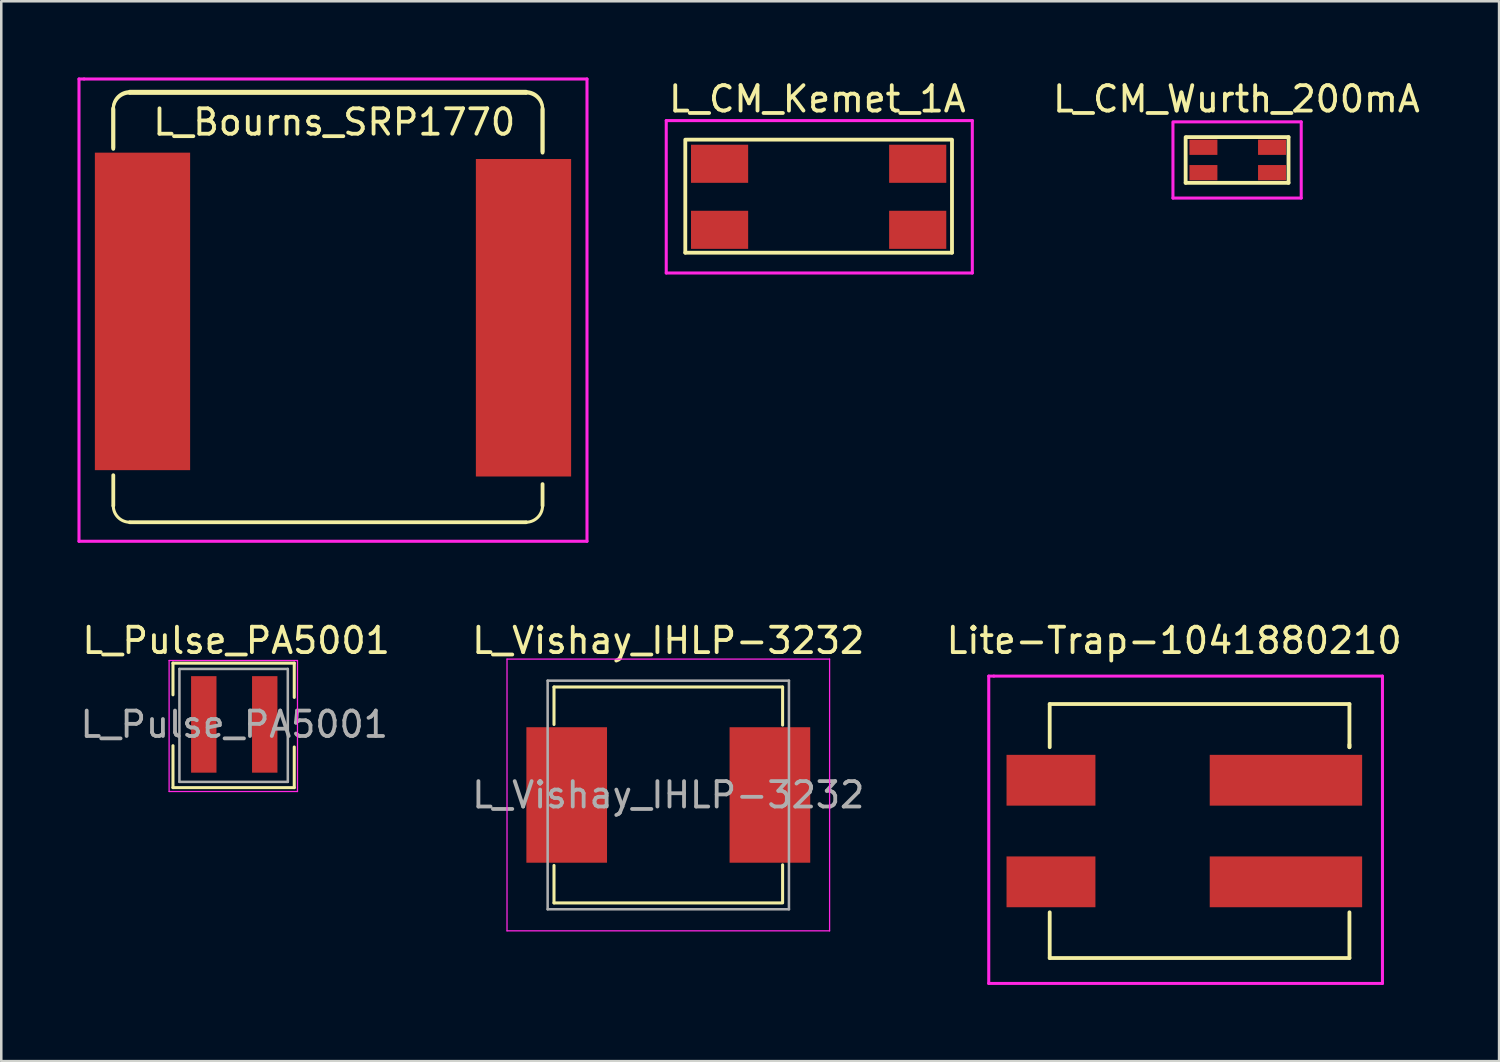
<source format=kicad_pcb>
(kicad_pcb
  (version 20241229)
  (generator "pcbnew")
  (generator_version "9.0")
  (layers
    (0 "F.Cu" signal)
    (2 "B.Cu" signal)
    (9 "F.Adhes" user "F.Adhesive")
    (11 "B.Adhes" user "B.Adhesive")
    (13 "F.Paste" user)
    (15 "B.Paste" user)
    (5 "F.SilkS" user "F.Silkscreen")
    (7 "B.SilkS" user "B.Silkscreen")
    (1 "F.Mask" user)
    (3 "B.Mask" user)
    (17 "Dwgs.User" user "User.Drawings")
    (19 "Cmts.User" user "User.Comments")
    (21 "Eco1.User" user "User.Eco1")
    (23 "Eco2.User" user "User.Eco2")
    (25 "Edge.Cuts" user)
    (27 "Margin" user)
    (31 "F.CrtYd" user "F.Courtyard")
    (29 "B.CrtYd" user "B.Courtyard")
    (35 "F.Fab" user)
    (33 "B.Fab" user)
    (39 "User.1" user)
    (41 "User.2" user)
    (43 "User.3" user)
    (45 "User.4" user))
  (footprint "L_Vishay_IHLP-3232"
    (layer "F.Cu")
    (at 23.261 28.248)
    (property "Reference" "L_Vishay_IHLP-3232" (at 0 -6.08 0) (layer "F.SilkS") (effects (font (size 1 1) (thickness 0.15))))
    (attr smd)
    (fp_line (start -4.5 -4.25) (end 4.5 -4.25) (stroke (width 0.12) (type solid)) (layer "F.SilkS"))
    (fp_line (start -4.5 -2.775) (end -4.5 -4.25) (stroke (width 0.12) (type solid)) (layer "F.SilkS"))
    (fp_line (start -4.5 2.775) (end -4.5 4.25) (stroke (width 0.12) (type solid)) (layer "F.SilkS"))
    (fp_line (start -4.5 4.25) (end 4.5 4.25) (stroke (width 0.12) (type solid)) (layer "F.SilkS"))
    (fp_line (start 4.5 -4.25) (end 4.5 -2.75) (stroke (width 0.12) (type solid)) (layer "F.SilkS"))
    (fp_line (start 4.5 4.225) (end 4.5 2.75) (stroke (width 0.12) (type solid)) (layer "F.SilkS"))
    (fp_line (start -6.35 -5.35) (end -6.35 5.35) (stroke (width 0.05) (type solid)) (layer "F.CrtYd"))
    (fp_line (start -6.35 5.35) (end 6.35 5.35) (stroke (width 0.05) (type solid)) (layer "F.CrtYd"))
    (fp_line (start 6.35 -5.35) (end -6.35 -5.35) (stroke (width 0.05) (type solid)) (layer "F.CrtYd"))
    (fp_line (start 6.35 5.35) (end 6.35 -5.35) (stroke (width 0.05) (type solid)) (layer "F.CrtYd"))
    (fp_line (start -4.75 -4.5) (end -4.75 4.5) (stroke (width 0.1) (type solid)) (layer "F.Fab"))
    (fp_line (start -4.75 4.5) (end 4.75 4.5) (stroke (width 0.1) (type solid)) (layer "F.Fab"))
    (fp_line (start 4.75 -4.5) (end -4.75 -4.5) (stroke (width 0.1) (type solid)) (layer "F.Fab"))
    (fp_line (start 4.75 4.5) (end 4.75 -4.5) (stroke (width 0.1) (type solid)) (layer "F.Fab"))
    (fp_text user "${REFERENCE}" (at 0 0 0) (layer "F.Fab") (effects (font (size 1 1) (thickness 0.15))))
    (pad "1" smd rect (at -4 0) (size 3.175 5.334) (layers "F.Cu" "F.Mask" "F.Paste"))
    (pad "2" smd rect (at 4 0) (size 3.175 5.334) (layers "F.Cu" "F.Mask" "F.Paste")))
  (footprint "L_Bourns_SRP1770"
    (layer "F.Cu")
    (at 10.06 9.46)
    (property "Reference" "L_Bourns_SRP1770" (at 0.05 -7.7 0) (layer "F.SilkS") (effects (font (size 1 1) (thickness 0.15))))
    (attr smd)
    (fp_line (start -8.65 -6.7) (end -8.65 -8.25) (stroke (width 0.15) (type solid)) (layer "F.SilkS"))
    (fp_line (start -8.65 -6.65) (end -8.65 -8.2) (stroke (width 0.15) (type solid)) (layer "F.SilkS"))
    (fp_line (start -8.65 7.4) (end -8.65 6.2) (stroke (width 0.15) (type solid)) (layer "F.SilkS"))
    (fp_line (start 7.6 -8.9) (end -8 -8.9) (stroke (width 0.15) (type solid)) (layer "F.SilkS"))
    (fp_line (start 7.6 -8.85) (end -8 -8.85) (stroke (width 0.15) (type solid)) (layer "F.SilkS"))
    (fp_line (start 7.6 8.05) (end -8 8.05) (stroke (width 0.15) (type solid)) (layer "F.SilkS"))
    (fp_line (start 8.25 -6.55) (end 8.25 -8.25) (stroke (width 0.15) (type solid)) (layer "F.SilkS"))
    (fp_line (start 8.25 -6.5) (end 8.25 -8.2) (stroke (width 0.15) (type solid)) (layer "F.SilkS"))
    (fp_line (start 8.25 7.4) (end 8.25 6.55) (stroke (width 0.15) (type solid)) (layer "F.SilkS"))
    (fp_arc (start -8.65 -8.25) (mid -8.459619 -8.709619) (end -8 -8.9) (stroke (width 0.12) (type solid)) (layer "F.SilkS"))
    (fp_arc (start -8.65 -8.2) (mid -8.459619 -8.659619) (end -8 -8.85) (stroke (width 0.12) (type solid)) (layer "F.SilkS"))
    (fp_arc (start -8 8.05) (mid -8.459619 7.859619) (end -8.65 7.4) (stroke (width 0.12) (type solid)) (layer "F.SilkS"))
    (fp_arc (start 7.6 -8.9) (mid 8.059619 -8.709619) (end 8.25 -8.25) (stroke (width 0.12) (type solid)) (layer "F.SilkS"))
    (fp_arc (start 7.6 -8.85) (mid 8.059619 -8.659619) (end 8.25 -8.2) (stroke (width 0.12) (type solid)) (layer "F.SilkS"))
    (fp_arc (start 8.25 7.4) (mid 8.059619 7.859619) (end 7.6 8.05) (stroke (width 0.12) (type solid)) (layer "F.SilkS"))
    (fp_line (start -10 -9.4) (end -9.8 -9.4) (stroke (width 0.12) (type solid)) (layer "F.CrtYd"))
    (fp_line (start -10 8.8) (end -10 -9.4) (stroke (width 0.12) (type solid)) (layer "F.CrtYd"))
    (fp_line (start -9.8 -9.4) (end 10 -9.4) (stroke (width 0.12) (type solid)) (layer "F.CrtYd"))
    (fp_line (start 10 -9.4) (end 10 8.8) (stroke (width 0.12) (type solid)) (layer "F.CrtYd"))
    (fp_line (start 10 8.8) (end -10 8.8) (stroke (width 0.12) (type solid)) (layer "F.CrtYd"))
    (pad "1" smd rect (at -7.5 -0.25) (size 3.75 12.5) (layers "F.Cu" "F.Mask" "F.Paste"))
    (pad "2" smd rect (at 7.5 0) (size 3.75 12.5) (layers "F.Cu" "F.Mask" "F.Paste")))
  (footprint "L_CM_Wurth_200mA"
    (layer "F.Cu")
    (at 45.629 3.248)
    (property "Reference" "L_CM_Wurth_200mA" (at 0 -2.4 0) (layer "F.SilkS") (effects (font (size 1 1) (thickness 0.15))))
    (attr through_hole)
    (fp_line (start -2 0.9) (end -2 -0.9) (stroke (width 0.15) (type solid)) (layer "F.SilkS"))
    (fp_line (start -1.95 -0.9) (end 2.05 -0.9) (stroke (width 0.15) (type solid)) (layer "F.SilkS"))
    (fp_line (start 2.05 -0.9) (end 2.05 0.9) (stroke (width 0.15) (type solid)) (layer "F.SilkS"))
    (fp_line (start 2.05 0.9) (end -2 0.9) (stroke (width 0.15) (type solid)) (layer "F.SilkS"))
    (fp_line (start -2.5 -1.5) (end 2.55 -1.5) (stroke (width 0.12) (type solid)) (layer "F.CrtYd"))
    (fp_line (start -2.5 1.5) (end -2.5 -1.45) (stroke (width 0.12) (type solid)) (layer "F.CrtYd"))
    (fp_line (start 2.55 -1.5) (end 2.55 1.5) (stroke (width 0.12) (type solid)) (layer "F.CrtYd"))
    (fp_line (start 2.55 1.5) (end -2.5 1.5) (stroke (width 0.12) (type solid)) (layer "F.CrtYd"))
    (pad "1" smd rect (at -1.3 0.5) (size 1.1 0.6) (layers "F.Cu" "F.Mask" "F.Paste"))
    (pad "2" smd rect (at 1.4 0.5) (size 1.1 0.6) (layers "F.Cu" "F.Mask" "F.Paste"))
    (pad "3" smd rect (at 1.4 -0.5) (size 1.1 0.6) (layers "F.Cu" "F.Mask" "F.Paste"))
    (pad "4" smd rect (at -1.3 -0.5) (size 1.1 0.6) (layers "F.Cu" "F.Mask" "F.Paste")))
  (footprint "L_CM_Kemet_1A"
    (layer "F.Cu")
    (at 29.18 4.698)
    (property "Reference" "L_CM_Kemet_1A" (at -0.05 -3.85 0) (layer "F.SilkS") (effects (font (size 1 1) (thickness 0.15))))
    (attr through_hole)
    (fp_line (start -5.25 2.2) (end -5.25 -2.25) (stroke (width 0.15) (type solid)) (layer "F.SilkS"))
    (fp_line (start -5.2 -2.25) (end 5.25 -2.25) (stroke (width 0.15) (type solid)) (layer "F.SilkS"))
    (fp_line (start 5.25 -2.2) (end 5.25 2.2) (stroke (width 0.15) (type solid)) (layer "F.SilkS"))
    (fp_line (start 5.25 2.2) (end -5.25 2.2) (stroke (width 0.15) (type solid)) (layer "F.SilkS"))
    (fp_line (start -6 -3) (end 6.05 -3) (stroke (width 0.12) (type solid)) (layer "F.CrtYd"))
    (fp_line (start -6 3) (end -6 -3) (stroke (width 0.12) (type solid)) (layer "F.CrtYd"))
    (fp_line (start 6.05 -3) (end 6.05 3) (stroke (width 0.12) (type solid)) (layer "F.CrtYd"))
    (fp_line (start 6.05 3) (end -6 3) (stroke (width 0.12) (type solid)) (layer "F.CrtYd"))
    (pad "1" smd rect (at -3.9 -1.3) (size 2.25 1.5) (layers "F.Cu" "F.Mask" "F.Paste"))
    (pad "2" smd rect (at -3.9 1.3) (size 2.25 1.5) (layers "F.Cu" "F.Mask" "F.Paste"))
    (pad "3" smd rect (at 3.9 1.3) (size 2.25 1.5) (layers "F.Cu" "F.Mask" "F.Paste"))
    (pad "4" smd rect (at 3.9 -1.3) (size 2.25 1.5) (layers "F.Cu" "F.Mask" "F.Paste")))
  (footprint "Lite-Trap-1041880210"
    (layer "F.Cu")
    (at 42.277 29.668)
    (property "Reference" "Lite-Trap-1041880210" (at 0.9 -7.5 0) (layer "F.SilkS") (effects (font (size 1 1) (thickness 0.15))))
    (attr through_hole)
    (fp_line (start -4 -5) (end -4 -3.3) (stroke (width 0.15) (type solid)) (layer "F.SilkS"))
    (fp_line (start -4 -5) (end 7.8 -5) (stroke (width 0.15) (type solid)) (layer "F.SilkS"))
    (fp_line (start -4 3.2) (end -4 5) (stroke (width 0.15) (type solid)) (layer "F.SilkS"))
    (fp_line (start -4 5) (end 7.8 5) (stroke (width 0.15) (type solid)) (layer "F.SilkS"))
    (fp_line (start 7.8 -5) (end 7.8 -3.3) (stroke (width 0.15) (type solid)) (layer "F.SilkS"))
    (fp_line (start 7.8 -3.3) (end 7.8 -3.4) (stroke (width 0.15) (type solid)) (layer "F.SilkS"))
    (fp_line (start 7.8 5) (end 7.8 3.2) (stroke (width 0.15) (type solid)) (layer "F.SilkS"))
    (fp_line (start -6.4 -6.1) (end -6.2 -6.1) (stroke (width 0.12) (type solid)) (layer "F.CrtYd"))
    (fp_line (start -6.4 6) (end -6.4 -6.1) (stroke (width 0.12) (type solid)) (layer "F.CrtYd"))
    (fp_line (start -6.2 -6.1) (end 9.1 -6.1) (stroke (width 0.12) (type solid)) (layer "F.CrtYd"))
    (fp_line (start 9.1 -6.1) (end 9.1 6) (stroke (width 0.12) (type solid)) (layer "F.CrtYd"))
    (fp_line (start 9.1 6) (end -6.4 6) (stroke (width 0.12) (type solid)) (layer "F.CrtYd"))
    (pad "1" smd rect (at -3.95 -2) (size 3.5 2) (layers "F.Cu" "F.Mask" "F.Paste"))
    (pad "2" smd rect (at 5.3 -2) (size 6 2) (layers "F.Cu" "F.Mask" "F.Paste"))
    (pad "3" smd rect (at -3.95 2) (size 3.5 2) (layers "F.Cu" "F.Mask" "F.Paste"))
    (pad "4" smd rect (at 5.3 2) (size 6 2) (layers "F.Cu" "F.Mask" "F.Paste")))
  (footprint "L_Pulse_PA5001"
    (layer "F.Cu")
    (at 6.173 25.47)
    (property "Reference" "L_Pulse_PA5001" (at 0.076 -3.302 0) (layer "F.SilkS") (effects (font (size 1 1) (thickness 0.15))))
    (attr smd)
    (fp_line (start -2.413 -2.413) (end -2.413 -1.165) (stroke (width 0.12) (type solid)) (layer "F.SilkS"))
    (fp_line (start -2.413 -2.413) (end 2.362 -2.413) (stroke (width 0.12) (type solid)) (layer "F.SilkS"))
    (fp_line (start -2.413 0.838) (end -2.413 2.489) (stroke (width 0.12) (type solid)) (layer "F.SilkS"))
    (fp_line (start -2.413 2.489) (end 2.362 2.489) (stroke (width 0.12) (type solid)) (layer "F.SilkS"))
    (fp_line (start 2.362 -2.413) (end 2.362 -1.063) (stroke (width 0.12) (type solid)) (layer "F.SilkS"))
    (fp_line (start 2.362 0.889) (end 2.362 2.489) (stroke (width 0.12) (type solid)) (layer "F.SilkS"))
    (fp_line (start -2.565 -2.515) (end -2.565 2.642) (stroke (width 0.05) (type solid)) (layer "F.CrtYd"))
    (fp_line (start -2.565 -2.515) (end 2.489 -2.515) (stroke (width 0.05) (type solid)) (layer "F.CrtYd"))
    (fp_line (start -2.565 2.642) (end 2.489 2.642) (stroke (width 0.05) (type solid)) (layer "F.CrtYd"))
    (fp_line (start 2.489 -2.515) (end 2.489 2.642) (stroke (width 0.05) (type solid)) (layer "F.CrtYd"))
    (fp_line (start -2.159 -2.184) (end 2.108 -2.184) (stroke (width 0.1) (type solid)) (layer "F.Fab"))
    (fp_line (start -2.159 2.261) (end -2.159 -2.184) (stroke (width 0.1) (type solid)) (layer "F.Fab"))
    (fp_line (start 2.108 -2.184) (end 2.108 2.261) (stroke (width 0.1) (type solid)) (layer "F.Fab"))
    (fp_line (start 2.108 2.261) (end -2.159 2.261) (stroke (width 0.1) (type solid)) (layer "F.Fab"))
    (fp_text user "${REFERENCE}" (at 0 0 0) (layer "F.Fab") (effects (font (size 1 1) (thickness 0.15))))
    (pad "1" smd rect (at -1.2 0 90) (size 3.8 1) (layers "F.Cu" "F.Mask" "F.Paste"))
    (pad "2" smd rect (at 1.2 0 90) (size 3.8 1) (layers "F.Cu" "F.Mask" "F.Paste")))
  (gr_rect
    (start -3 -3)
    (end 55.969 38.728)
    (stroke (width 0.1) (type default))
    (fill no)
    (layer "Edge.Cuts")))
</source>
